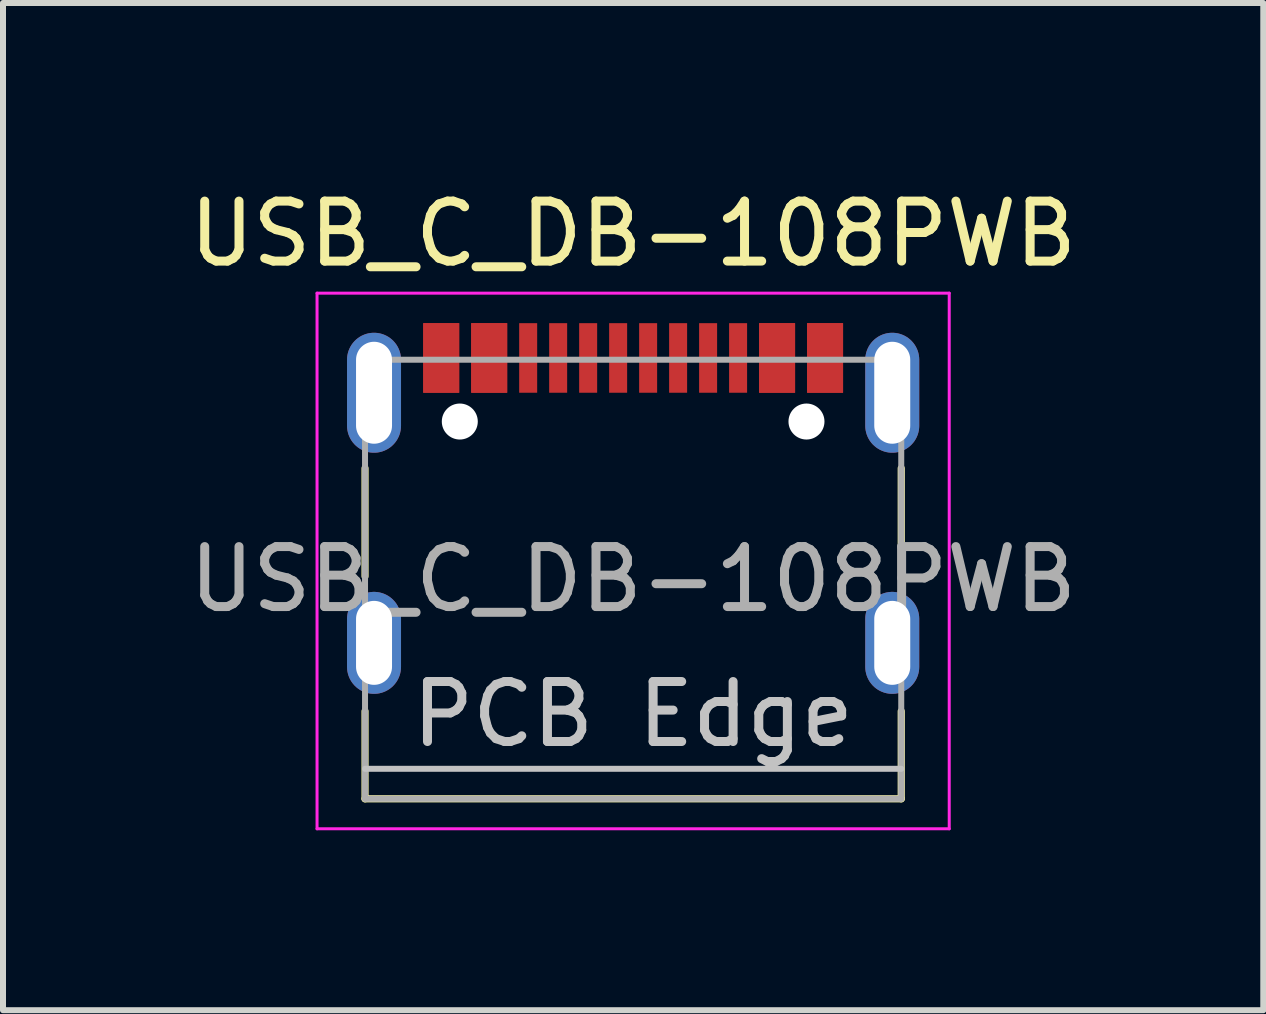
<source format=kicad_pcb>
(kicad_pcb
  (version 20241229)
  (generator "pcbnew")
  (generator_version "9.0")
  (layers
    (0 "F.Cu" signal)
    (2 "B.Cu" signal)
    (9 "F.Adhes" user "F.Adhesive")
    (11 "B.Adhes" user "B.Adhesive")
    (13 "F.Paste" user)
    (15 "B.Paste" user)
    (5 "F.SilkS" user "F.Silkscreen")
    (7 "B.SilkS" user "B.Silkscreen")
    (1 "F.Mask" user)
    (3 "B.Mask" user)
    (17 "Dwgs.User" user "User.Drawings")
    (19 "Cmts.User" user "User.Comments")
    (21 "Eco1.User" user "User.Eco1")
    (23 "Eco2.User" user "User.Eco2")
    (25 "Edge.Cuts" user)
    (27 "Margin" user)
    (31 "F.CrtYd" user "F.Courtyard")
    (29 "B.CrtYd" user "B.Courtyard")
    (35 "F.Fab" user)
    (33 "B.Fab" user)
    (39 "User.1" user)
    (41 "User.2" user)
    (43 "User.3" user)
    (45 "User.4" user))
  (footprint "USB_C_DB-108PWB"
    (layer "F.Cu")
    (at 7.506 5.428)
    (property "Reference" "USB_C_DB-108PWB" (at 0 -4.58 0) (layer "F.SilkS") (effects (font (size 1 1) (thickness 0.15))))
    (attr smd)
    (fp_line (start -4.47 -0.67) (end -4.47 1.13) (stroke (width 0.12) (type solid)) (layer "F.SilkS"))
    (fp_line (start -4.47 4.84) (end -4.47 3.38) (stroke (width 0.12) (type solid)) (layer "F.SilkS"))
    (fp_line (start 4.47 -0.67) (end 4.47 1.13) (stroke (width 0.12) (type solid)) (layer "F.SilkS"))
    (fp_line (start 4.47 4.84) (end -4.47 4.84) (stroke (width 0.12) (type solid)) (layer "F.SilkS"))
    (fp_line (start 4.47 4.84) (end 4.47 3.38) (stroke (width 0.12) (type solid)) (layer "F.SilkS"))
    (fp_line (start -4.47 4.34) (end 4.47 4.34) (stroke (width 0.1) (type solid)) (layer "Dwgs.User"))
    (fp_line (start -5.27 -3.59) (end -5.27 5.34) (stroke (width 0.05) (type solid)) (layer "F.CrtYd"))
    (fp_line (start -5.27 5.34) (end 5.27 5.34) (stroke (width 0.05) (type solid)) (layer "F.CrtYd"))
    (fp_line (start 5.27 -3.59) (end -5.27 -3.59) (stroke (width 0.05) (type solid)) (layer "F.CrtYd"))
    (fp_line (start 5.27 5.34) (end 5.27 -3.59) (stroke (width 0.05) (type solid)) (layer "F.CrtYd"))
    (fp_line (start -4.47 -2.48) (end -4.47 4.84) (stroke (width 0.1) (type solid)) (layer "F.Fab"))
    (fp_line (start -4.47 -2.48) (end 4.47 -2.48) (stroke (width 0.1) (type solid)) (layer "F.Fab"))
    (fp_line (start 4.47 -2.48) (end 4.47 4.84) (stroke (width 0.1) (type solid)) (layer "F.Fab"))
    (fp_line (start 4.47 4.84) (end -4.47 4.84) (stroke (width 0.1) (type solid)) (layer "F.Fab"))
    (fp_text user "PCB Edge" (at 0 3.43 0) (layer "Dwgs.User") (effects (font (size 1 1) (thickness 0.15))))
    (fp_text user "${REFERENCE}" (at 0 1.18 0) (layer "F.Fab") (effects (font (size 1 1) (thickness 0.15))))
    (pad "" np_thru_hole circle (at -2.89 -1.45 180) (size 0.6 0.6) (drill 0.6) (layers "*.Cu" "*.Mask"))
    (pad "" np_thru_hole circle (at 2.89 -1.45 180) (size 0.6 0.6) (drill 0.6) (layers "*.Cu" "*.Mask"))
    (pad "A1" smd rect (at -3.2 -2.51) (size 0.6 1.16) (layers "F.Cu" "F.Mask" "F.Paste"))
    (pad "A4" smd rect (at -2.4 -2.51) (size 0.6 1.16) (layers "F.Cu" "F.Mask" "F.Paste"))
    (pad "A5" smd rect (at -1.25 -2.51 180) (size 0.3 1.16) (layers "F.Cu" "F.Mask" "F.Paste"))
    (pad "A6" smd rect (at -0.25 -2.51 180) (size 0.3 1.16) (layers "F.Cu" "F.Mask" "F.Paste"))
    (pad "A7" smd rect (at 0.25 -2.51 180) (size 0.3 1.16) (layers "F.Cu" "F.Mask" "F.Paste"))
    (pad "A8" smd rect (at 1.25 -2.51 180) (size 0.3 1.16) (layers "F.Cu" "F.Mask" "F.Paste"))
    (pad "A9" smd rect (at 2.4 -2.51) (size 0.6 1.16) (layers "F.Cu" "F.Mask" "F.Paste"))
    (pad "A12" smd rect (at 3.2 -2.51) (size 0.6 1.16) (layers "F.Cu" "F.Mask" "F.Paste"))
    (pad "B1" smd rect (at 3.2 -2.51) (size 0.6 1.16) (layers "F.Cu" "F.Mask" "F.Paste"))
    (pad "B4" smd rect (at 2.4 -2.51) (size 0.6 1.16) (layers "F.Cu" "F.Mask" "F.Paste"))
    (pad "B5" smd rect (at 1.75 -2.51 180) (size 0.3 1.16) (layers "F.Cu" "F.Mask" "F.Paste"))
    (pad "B6" smd rect (at 0.75 -2.51 180) (size 0.3 1.16) (layers "F.Cu" "F.Mask" "F.Paste"))
    (pad "B7" smd rect (at -0.75 -2.51 180) (size 0.3 1.16) (layers "F.Cu" "F.Mask" "F.Paste"))
    (pad "B8" smd rect (at -1.75 -2.51 180) (size 0.3 1.16) (layers "F.Cu" "F.Mask" "F.Paste"))
    (pad "B9" smd rect (at -2.4 -2.51) (size 0.6 1.16) (layers "F.Cu" "F.Mask" "F.Paste"))
    (pad "B12" smd rect (at -3.2 -2.51) (size 0.6 1.16) (layers "F.Cu" "F.Mask" "F.Paste"))
    (pad "S1" thru_hole oval (at -4.32 -1.93 90) (size 2 0.9) (drill oval 1.7 0.6) (layers "*.Cu" "*.Mask"))
    (pad "S1" thru_hole oval (at -4.32 2.24 90) (size 1.7 0.9) (drill oval 1.4 0.6) (layers "*.Cu" "*.Mask"))
    (pad "S1" thru_hole oval (at 4.32 -1.93 90) (size 2 0.9) (drill oval 1.7 0.6) (layers "*.Cu" "*.Mask"))
    (pad "S1" thru_hole oval (at 4.32 2.24 90) (size 1.7 0.9) (drill oval 1.4 0.6) (layers "*.Cu" "*.Mask")))
  (gr_rect
    (start -3 -3)
    (end 18.012 13.793)
    (stroke (width 0.1) (type default))
    (fill no)
    (layer "Edge.Cuts")))
</source>
